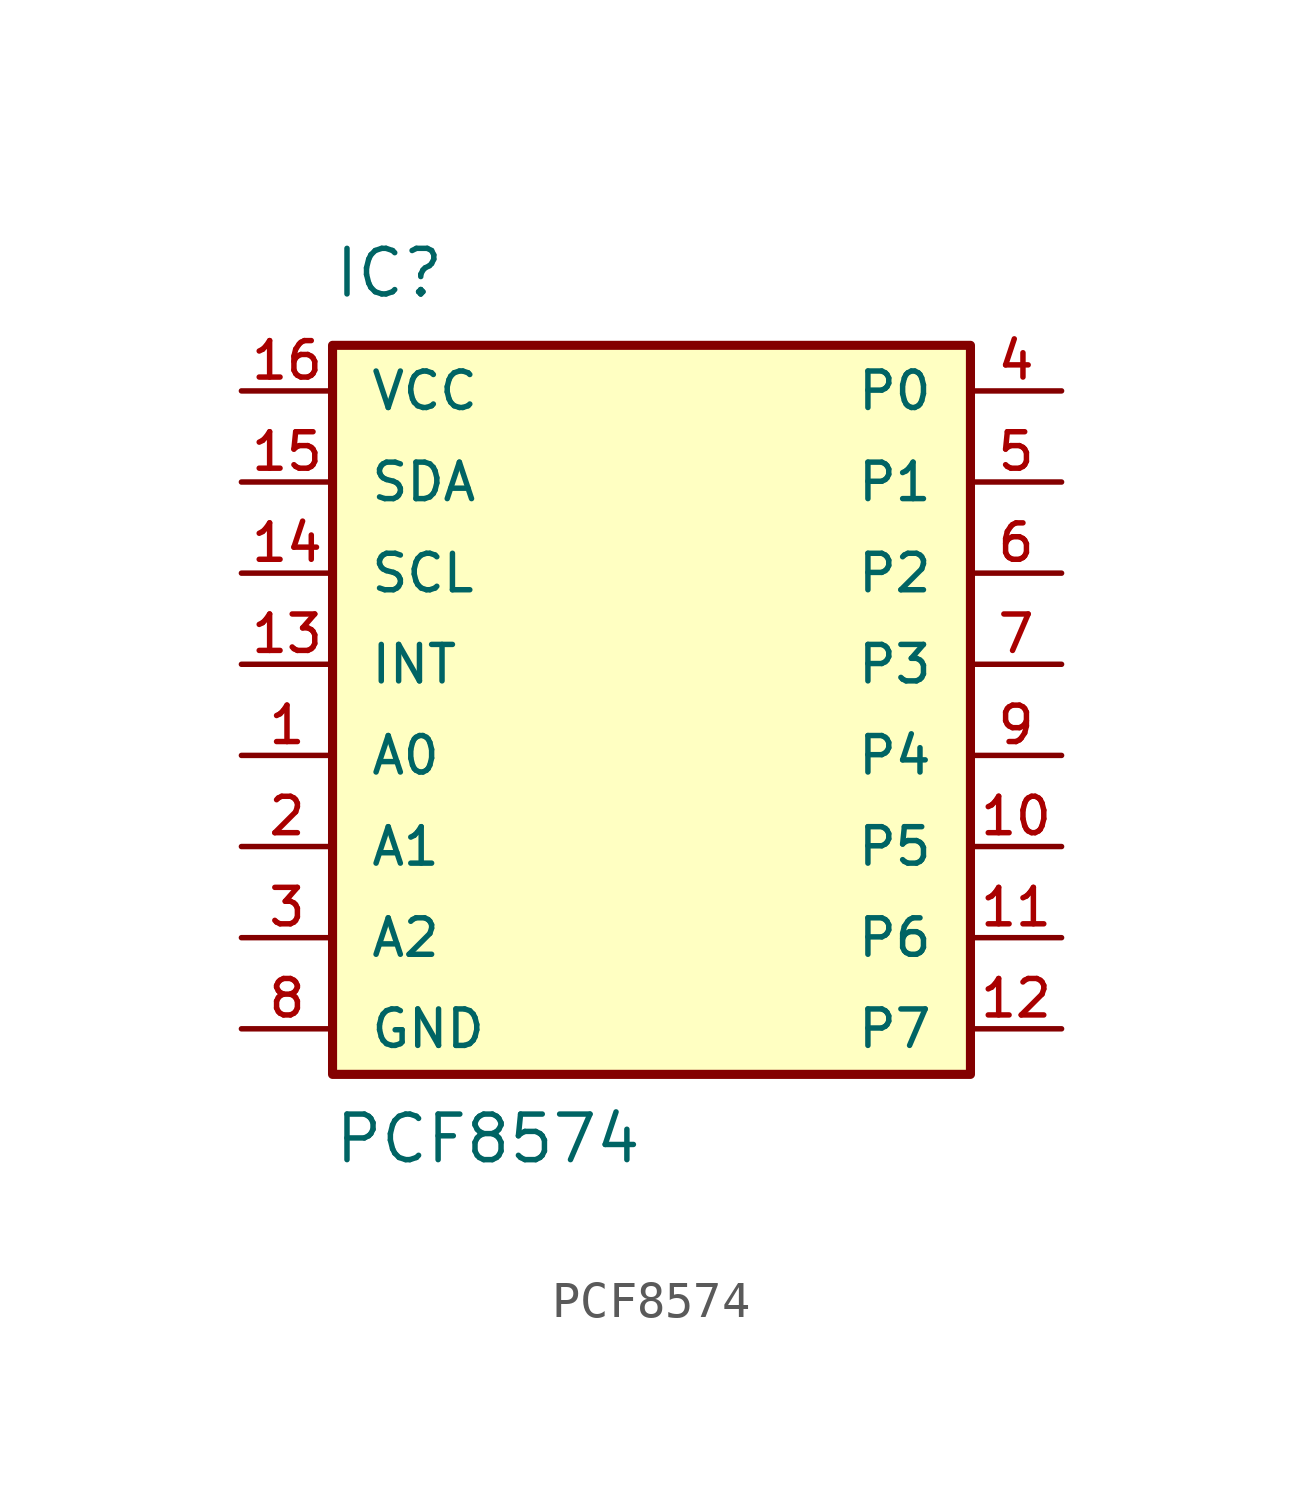
<source format=kicad_sym>
(kicad_symbol_lib
  (version 20211014)
  (generator kicad_symbol_editor)
  (symbol "PCF8574"
    (pin_names
      (offset 1.016))
    (property "Reference" "IC"
      (at -8.89 11.43 0)
      (effects (font (size 1.27 1.27)) (justify bottom left)))
    (property "Value" "PCF8574"
      (at -8.89 -12.7 0)
      (effects (font (size 1.27 1.27)) (justify bottom left)))
    (symbol "PCF8574_0_0"
      (rectangle (start -8.89 -10.16) (end 8.89 10.16) (stroke (width 0.254)) (fill (type background)))
      (pin bidirectional line (at -11.43 1.27 0) (length 2.54) (name "INT" (effects (font (size 1.016 1.016)))) (number "13" (effects (font (size 1.016 1.016)))))
      (pin bidirectional line (at -11.43 3.81 0) (length 2.54) (name "SCL" (effects (font (size 1.016 1.016)))) (number "14" (effects (font (size 1.016 1.016)))))
      (pin bidirectional line (at -11.43 6.35 0) (length 2.54) (name "SDA" (effects (font (size 1.016 1.016)))) (number "15" (effects (font (size 1.016 1.016)))))
      (pin bidirectional line (at -11.43 8.89 0) (length 2.54) (name "VCC" (effects (font (size 1.016 1.016)))) (number "16" (effects (font (size 1.016 1.016)))))
      (pin bidirectional line (at -11.43 -1.27 0) (length 2.54) (name "A0" (effects (font (size 1.016 1.016)))) (number "1" (effects (font (size 1.016 1.016)))))
      (pin bidirectional line (at -11.43 -3.81 0) (length 2.54) (name "A1" (effects (font (size 1.016 1.016)))) (number "2" (effects (font (size 1.016 1.016)))))
      (pin bidirectional line (at -11.43 -6.35 0) (length 2.54) (name "A2" (effects (font (size 1.016 1.016)))) (number "3" (effects (font (size 1.016 1.016)))))
      (pin bidirectional line (at -11.43 -8.89 0) (length 2.54) (name "GND" (effects (font (size 1.016 1.016)))) (number "8" (effects (font (size 1.016 1.016)))))
      (pin bidirectional line (at 11.43 -8.89 180.0) (length 2.54) (name "P7" (effects (font (size 1.016 1.016)))) (number "12" (effects (font (size 1.016 1.016)))))
      (pin bidirectional line (at 11.43 -6.35 180.0) (length 2.54) (name "P6" (effects (font (size 1.016 1.016)))) (number "11" (effects (font (size 1.016 1.016)))))
      (pin bidirectional line (at 11.43 -3.81 180.0) (length 2.54) (name "P5" (effects (font (size 1.016 1.016)))) (number "10" (effects (font (size 1.016 1.016)))))
      (pin bidirectional line (at 11.43 -1.27 180.0) (length 2.54) (name "P4" (effects (font (size 1.016 1.016)))) (number "9" (effects (font (size 1.016 1.016)))))
      (pin bidirectional line (at 11.43 1.27 180.0) (length 2.54) (name "P3" (effects (font (size 1.016 1.016)))) (number "7" (effects (font (size 1.016 1.016)))))
      (pin bidirectional line (at 11.43 3.81 180.0) (length 2.54) (name "P2" (effects (font (size 1.016 1.016)))) (number "6" (effects (font (size 1.016 1.016)))))
      (pin bidirectional line (at 11.43 6.35 180.0) (length 2.54) (name "P1" (effects (font (size 1.016 1.016)))) (number "5" (effects (font (size 1.016 1.016)))))
      (pin bidirectional line (at 11.43 8.89 180.0) (length 2.54) (name "P0" (effects (font (size 1.016 1.016)))) (number "4" (effects (font (size 1.016 1.016))))))))
</source>
